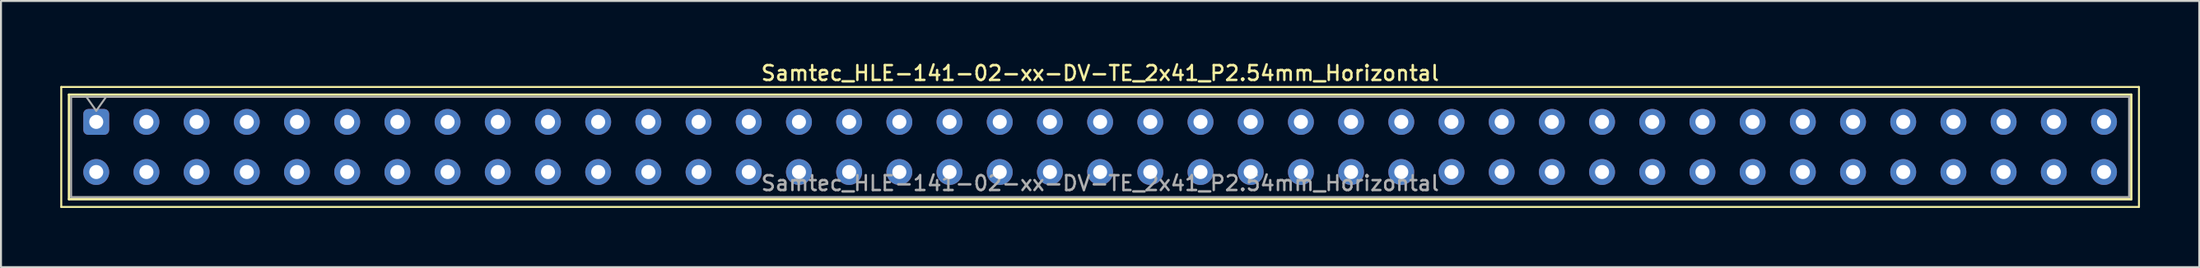
<source format=kicad_pcb>
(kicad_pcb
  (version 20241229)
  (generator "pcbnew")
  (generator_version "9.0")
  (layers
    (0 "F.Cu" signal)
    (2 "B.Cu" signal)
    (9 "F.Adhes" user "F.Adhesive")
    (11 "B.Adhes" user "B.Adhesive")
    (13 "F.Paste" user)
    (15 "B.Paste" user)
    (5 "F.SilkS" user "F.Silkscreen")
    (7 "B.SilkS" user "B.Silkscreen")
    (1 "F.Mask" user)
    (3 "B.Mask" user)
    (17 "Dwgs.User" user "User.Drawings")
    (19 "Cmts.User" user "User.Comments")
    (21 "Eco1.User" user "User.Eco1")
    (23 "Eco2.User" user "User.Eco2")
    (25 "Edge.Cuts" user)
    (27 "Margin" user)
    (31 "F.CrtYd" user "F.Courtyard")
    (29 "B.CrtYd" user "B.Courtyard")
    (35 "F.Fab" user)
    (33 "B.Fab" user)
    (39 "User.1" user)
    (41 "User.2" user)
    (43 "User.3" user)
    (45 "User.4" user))
  (footprint "Samtec_HLE-141-02-xx-DV-TE_2x41_P2.54mm_Horizontal"
    (layer "F.Cu")
    (at 1.82 3.128)
    (property "Reference" "Samtec_HLE-141-02-xx-DV-TE_2x41_P2.54mm_Horizontal" (at 50.8 -2.47 0) (layer "F.SilkS") (effects (font (size 0.75 0.75) (thickness 0.125))))
    (attr through_hole)
    (fp_line (start -1.77 -1.77) (end 103.37 -1.77) (stroke (width 0.1) (type solid)) (layer "F.SilkS"))
    (fp_line (start -1.77 4.31) (end -1.77 -1.77) (stroke (width 0.1) (type solid)) (layer "F.SilkS"))
    (fp_line (start -1.38 -1.38) (end 102.98 -1.38) (stroke (width 0.12) (type solid)) (layer "F.SilkS"))
    (fp_line (start -1.38 3.92) (end -1.38 -1.38) (stroke (width 0.12) (type solid)) (layer "F.SilkS"))
    (fp_line (start 102.98 -1.38) (end 102.98 3.92) (stroke (width 0.12) (type solid)) (layer "F.SilkS"))
    (fp_line (start 102.98 3.92) (end -1.38 3.92) (stroke (width 0.12) (type solid)) (layer "F.SilkS"))
    (fp_line (start 103.37 -1.77) (end 103.37 4.31) (stroke (width 0.1) (type solid)) (layer "F.SilkS"))
    (fp_line (start 103.37 4.31) (end -1.77 4.31) (stroke (width 0.1) (type solid)) (layer "F.SilkS"))
    (fp_line (start -1.27 -1.27) (end 102.87 -1.27) (stroke (width 0.1) (type solid)) (layer "F.Fab"))
    (fp_line (start -1.27 3.81) (end -1.27 -1.27) (stroke (width 0.1) (type solid)) (layer "F.Fab"))
    (fp_line (start -0.5 -1.27) (end 0 -0.563) (stroke (width 0.1) (type solid)) (layer "F.Fab"))
    (fp_line (start 0 -0.563) (end 0.5 -1.27) (stroke (width 0.1) (type solid)) (layer "F.Fab"))
    (fp_line (start 102.87 -1.27) (end 102.87 3.81) (stroke (width 0.1) (type solid)) (layer "F.Fab"))
    (fp_line (start 102.87 3.81) (end -1.27 3.81) (stroke (width 0.1) (type solid)) (layer "F.Fab"))
    (fp_text user "${REFERENCE}" (at 50.8 3.11 0) (layer "F.Fab") (effects (font (size 0.75 0.75) (thickness 0.125))))
    (pad "1" thru_hole roundrect (at 0 0) (size 1.31 1.31) (drill 0.71) (layers "*.Cu" "*.Mask") (roundrect_rratio 0.191))
    (pad "2" thru_hole circle (at 0 2.54) (size 1.31 1.31) (drill 0.71) (layers "*.Cu" "*.Mask"))
    (pad "3" thru_hole circle (at 2.54 0) (size 1.31 1.31) (drill 0.71) (layers "*.Cu" "*.Mask"))
    (pad "4" thru_hole circle (at 2.54 2.54) (size 1.31 1.31) (drill 0.71) (layers "*.Cu" "*.Mask"))
    (pad "5" thru_hole circle (at 5.08 0) (size 1.31 1.31) (drill 0.71) (layers "*.Cu" "*.Mask"))
    (pad "6" thru_hole circle (at 5.08 2.54) (size 1.31 1.31) (drill 0.71) (layers "*.Cu" "*.Mask"))
    (pad "7" thru_hole circle (at 7.62 0) (size 1.31 1.31) (drill 0.71) (layers "*.Cu" "*.Mask"))
    (pad "8" thru_hole circle (at 7.62 2.54) (size 1.31 1.31) (drill 0.71) (layers "*.Cu" "*.Mask"))
    (pad "9" thru_hole circle (at 10.16 0) (size 1.31 1.31) (drill 0.71) (layers "*.Cu" "*.Mask"))
    (pad "10" thru_hole circle (at 10.16 2.54) (size 1.31 1.31) (drill 0.71) (layers "*.Cu" "*.Mask"))
    (pad "11" thru_hole circle (at 12.7 0) (size 1.31 1.31) (drill 0.71) (layers "*.Cu" "*.Mask"))
    (pad "12" thru_hole circle (at 12.7 2.54) (size 1.31 1.31) (drill 0.71) (layers "*.Cu" "*.Mask"))
    (pad "13" thru_hole circle (at 15.24 0) (size 1.31 1.31) (drill 0.71) (layers "*.Cu" "*.Mask"))
    (pad "14" thru_hole circle (at 15.24 2.54) (size 1.31 1.31) (drill 0.71) (layers "*.Cu" "*.Mask"))
    (pad "15" thru_hole circle (at 17.78 0) (size 1.31 1.31) (drill 0.71) (layers "*.Cu" "*.Mask"))
    (pad "16" thru_hole circle (at 17.78 2.54) (size 1.31 1.31) (drill 0.71) (layers "*.Cu" "*.Mask"))
    (pad "17" thru_hole circle (at 20.32 0) (size 1.31 1.31) (drill 0.71) (layers "*.Cu" "*.Mask"))
    (pad "18" thru_hole circle (at 20.32 2.54) (size 1.31 1.31) (drill 0.71) (layers "*.Cu" "*.Mask"))
    (pad "19" thru_hole circle (at 22.86 0) (size 1.31 1.31) (drill 0.71) (layers "*.Cu" "*.Mask"))
    (pad "20" thru_hole circle (at 22.86 2.54) (size 1.31 1.31) (drill 0.71) (layers "*.Cu" "*.Mask"))
    (pad "21" thru_hole circle (at 25.4 0) (size 1.31 1.31) (drill 0.71) (layers "*.Cu" "*.Mask"))
    (pad "22" thru_hole circle (at 25.4 2.54) (size 1.31 1.31) (drill 0.71) (layers "*.Cu" "*.Mask"))
    (pad "23" thru_hole circle (at 27.94 0) (size 1.31 1.31) (drill 0.71) (layers "*.Cu" "*.Mask"))
    (pad "24" thru_hole circle (at 27.94 2.54) (size 1.31 1.31) (drill 0.71) (layers "*.Cu" "*.Mask"))
    (pad "25" thru_hole circle (at 30.48 0) (size 1.31 1.31) (drill 0.71) (layers "*.Cu" "*.Mask"))
    (pad "26" thru_hole circle (at 30.48 2.54) (size 1.31 1.31) (drill 0.71) (layers "*.Cu" "*.Mask"))
    (pad "27" thru_hole circle (at 33.02 0) (size 1.31 1.31) (drill 0.71) (layers "*.Cu" "*.Mask"))
    (pad "28" thru_hole circle (at 33.02 2.54) (size 1.31 1.31) (drill 0.71) (layers "*.Cu" "*.Mask"))
    (pad "29" thru_hole circle (at 35.56 0) (size 1.31 1.31) (drill 0.71) (layers "*.Cu" "*.Mask"))
    (pad "30" thru_hole circle (at 35.56 2.54) (size 1.31 1.31) (drill 0.71) (layers "*.Cu" "*.Mask"))
    (pad "31" thru_hole circle (at 38.1 0) (size 1.31 1.31) (drill 0.71) (layers "*.Cu" "*.Mask"))
    (pad "32" thru_hole circle (at 38.1 2.54) (size 1.31 1.31) (drill 0.71) (layers "*.Cu" "*.Mask"))
    (pad "33" thru_hole circle (at 40.64 0) (size 1.31 1.31) (drill 0.71) (layers "*.Cu" "*.Mask"))
    (pad "34" thru_hole circle (at 40.64 2.54) (size 1.31 1.31) (drill 0.71) (layers "*.Cu" "*.Mask"))
    (pad "35" thru_hole circle (at 43.18 0) (size 1.31 1.31) (drill 0.71) (layers "*.Cu" "*.Mask"))
    (pad "36" thru_hole circle (at 43.18 2.54) (size 1.31 1.31) (drill 0.71) (layers "*.Cu" "*.Mask"))
    (pad "37" thru_hole circle (at 45.72 0) (size 1.31 1.31) (drill 0.71) (layers "*.Cu" "*.Mask"))
    (pad "38" thru_hole circle (at 45.72 2.54) (size 1.31 1.31) (drill 0.71) (layers "*.Cu" "*.Mask"))
    (pad "39" thru_hole circle (at 48.26 0) (size 1.31 1.31) (drill 0.71) (layers "*.Cu" "*.Mask"))
    (pad "40" thru_hole circle (at 48.26 2.54) (size 1.31 1.31) (drill 0.71) (layers "*.Cu" "*.Mask"))
    (pad "41" thru_hole circle (at 50.8 0) (size 1.31 1.31) (drill 0.71) (layers "*.Cu" "*.Mask"))
    (pad "42" thru_hole circle (at 50.8 2.54) (size 1.31 1.31) (drill 0.71) (layers "*.Cu" "*.Mask"))
    (pad "43" thru_hole circle (at 53.34 0) (size 1.31 1.31) (drill 0.71) (layers "*.Cu" "*.Mask"))
    (pad "44" thru_hole circle (at 53.34 2.54) (size 1.31 1.31) (drill 0.71) (layers "*.Cu" "*.Mask"))
    (pad "45" thru_hole circle (at 55.88 0) (size 1.31 1.31) (drill 0.71) (layers "*.Cu" "*.Mask"))
    (pad "46" thru_hole circle (at 55.88 2.54) (size 1.31 1.31) (drill 0.71) (layers "*.Cu" "*.Mask"))
    (pad "47" thru_hole circle (at 58.42 0) (size 1.31 1.31) (drill 0.71) (layers "*.Cu" "*.Mask"))
    (pad "48" thru_hole circle (at 58.42 2.54) (size 1.31 1.31) (drill 0.71) (layers "*.Cu" "*.Mask"))
    (pad "49" thru_hole circle (at 60.96 0) (size 1.31 1.31) (drill 0.71) (layers "*.Cu" "*.Mask"))
    (pad "50" thru_hole circle (at 60.96 2.54) (size 1.31 1.31) (drill 0.71) (layers "*.Cu" "*.Mask"))
    (pad "51" thru_hole circle (at 63.5 0) (size 1.31 1.31) (drill 0.71) (layers "*.Cu" "*.Mask"))
    (pad "52" thru_hole circle (at 63.5 2.54) (size 1.31 1.31) (drill 0.71) (layers "*.Cu" "*.Mask"))
    (pad "53" thru_hole circle (at 66.04 0) (size 1.31 1.31) (drill 0.71) (layers "*.Cu" "*.Mask"))
    (pad "54" thru_hole circle (at 66.04 2.54) (size 1.31 1.31) (drill 0.71) (layers "*.Cu" "*.Mask"))
    (pad "55" thru_hole circle (at 68.58 0) (size 1.31 1.31) (drill 0.71) (layers "*.Cu" "*.Mask"))
    (pad "56" thru_hole circle (at 68.58 2.54) (size 1.31 1.31) (drill 0.71) (layers "*.Cu" "*.Mask"))
    (pad "57" thru_hole circle (at 71.12 0) (size 1.31 1.31) (drill 0.71) (layers "*.Cu" "*.Mask"))
    (pad "58" thru_hole circle (at 71.12 2.54) (size 1.31 1.31) (drill 0.71) (layers "*.Cu" "*.Mask"))
    (pad "59" thru_hole circle (at 73.66 0) (size 1.31 1.31) (drill 0.71) (layers "*.Cu" "*.Mask"))
    (pad "60" thru_hole circle (at 73.66 2.54) (size 1.31 1.31) (drill 0.71) (layers "*.Cu" "*.Mask"))
    (pad "61" thru_hole circle (at 76.2 0) (size 1.31 1.31) (drill 0.71) (layers "*.Cu" "*.Mask"))
    (pad "62" thru_hole circle (at 76.2 2.54) (size 1.31 1.31) (drill 0.71) (layers "*.Cu" "*.Mask"))
    (pad "63" thru_hole circle (at 78.74 0) (size 1.31 1.31) (drill 0.71) (layers "*.Cu" "*.Mask"))
    (pad "64" thru_hole circle (at 78.74 2.54) (size 1.31 1.31) (drill 0.71) (layers "*.Cu" "*.Mask"))
    (pad "65" thru_hole circle (at 81.28 0) (size 1.31 1.31) (drill 0.71) (layers "*.Cu" "*.Mask"))
    (pad "66" thru_hole circle (at 81.28 2.54) (size 1.31 1.31) (drill 0.71) (layers "*.Cu" "*.Mask"))
    (pad "67" thru_hole circle (at 83.82 0) (size 1.31 1.31) (drill 0.71) (layers "*.Cu" "*.Mask"))
    (pad "68" thru_hole circle (at 83.82 2.54) (size 1.31 1.31) (drill 0.71) (layers "*.Cu" "*.Mask"))
    (pad "69" thru_hole circle (at 86.36 0) (size 1.31 1.31) (drill 0.71) (layers "*.Cu" "*.Mask"))
    (pad "70" thru_hole circle (at 86.36 2.54) (size 1.31 1.31) (drill 0.71) (layers "*.Cu" "*.Mask"))
    (pad "71" thru_hole circle (at 88.9 0) (size 1.31 1.31) (drill 0.71) (layers "*.Cu" "*.Mask"))
    (pad "72" thru_hole circle (at 88.9 2.54) (size 1.31 1.31) (drill 0.71) (layers "*.Cu" "*.Mask"))
    (pad "73" thru_hole circle (at 91.44 0) (size 1.31 1.31) (drill 0.71) (layers "*.Cu" "*.Mask"))
    (pad "74" thru_hole circle (at 91.44 2.54) (size 1.31 1.31) (drill 0.71) (layers "*.Cu" "*.Mask"))
    (pad "75" thru_hole circle (at 93.98 0) (size 1.31 1.31) (drill 0.71) (layers "*.Cu" "*.Mask"))
    (pad "76" thru_hole circle (at 93.98 2.54) (size 1.31 1.31) (drill 0.71) (layers "*.Cu" "*.Mask"))
    (pad "77" thru_hole circle (at 96.52 0) (size 1.31 1.31) (drill 0.71) (layers "*.Cu" "*.Mask"))
    (pad "78" thru_hole circle (at 96.52 2.54) (size 1.31 1.31) (drill 0.71) (layers "*.Cu" "*.Mask"))
    (pad "79" thru_hole circle (at 99.06 0) (size 1.31 1.31) (drill 0.71) (layers "*.Cu" "*.Mask"))
    (pad "80" thru_hole circle (at 99.06 2.54) (size 1.31 1.31) (drill 0.71) (layers "*.Cu" "*.Mask"))
    (pad "81" thru_hole circle (at 101.6 0) (size 1.31 1.31) (drill 0.71) (layers "*.Cu" "*.Mask"))
    (pad "82" thru_hole circle (at 101.6 2.54) (size 1.31 1.31) (drill 0.71) (layers "*.Cu" "*.Mask")))
  (gr_rect
    (start -3 -3)
    (end 108.24 10.488)
    (stroke (width 0.1) (type default))
    (fill no)
    (layer "Edge.Cuts")))
</source>
